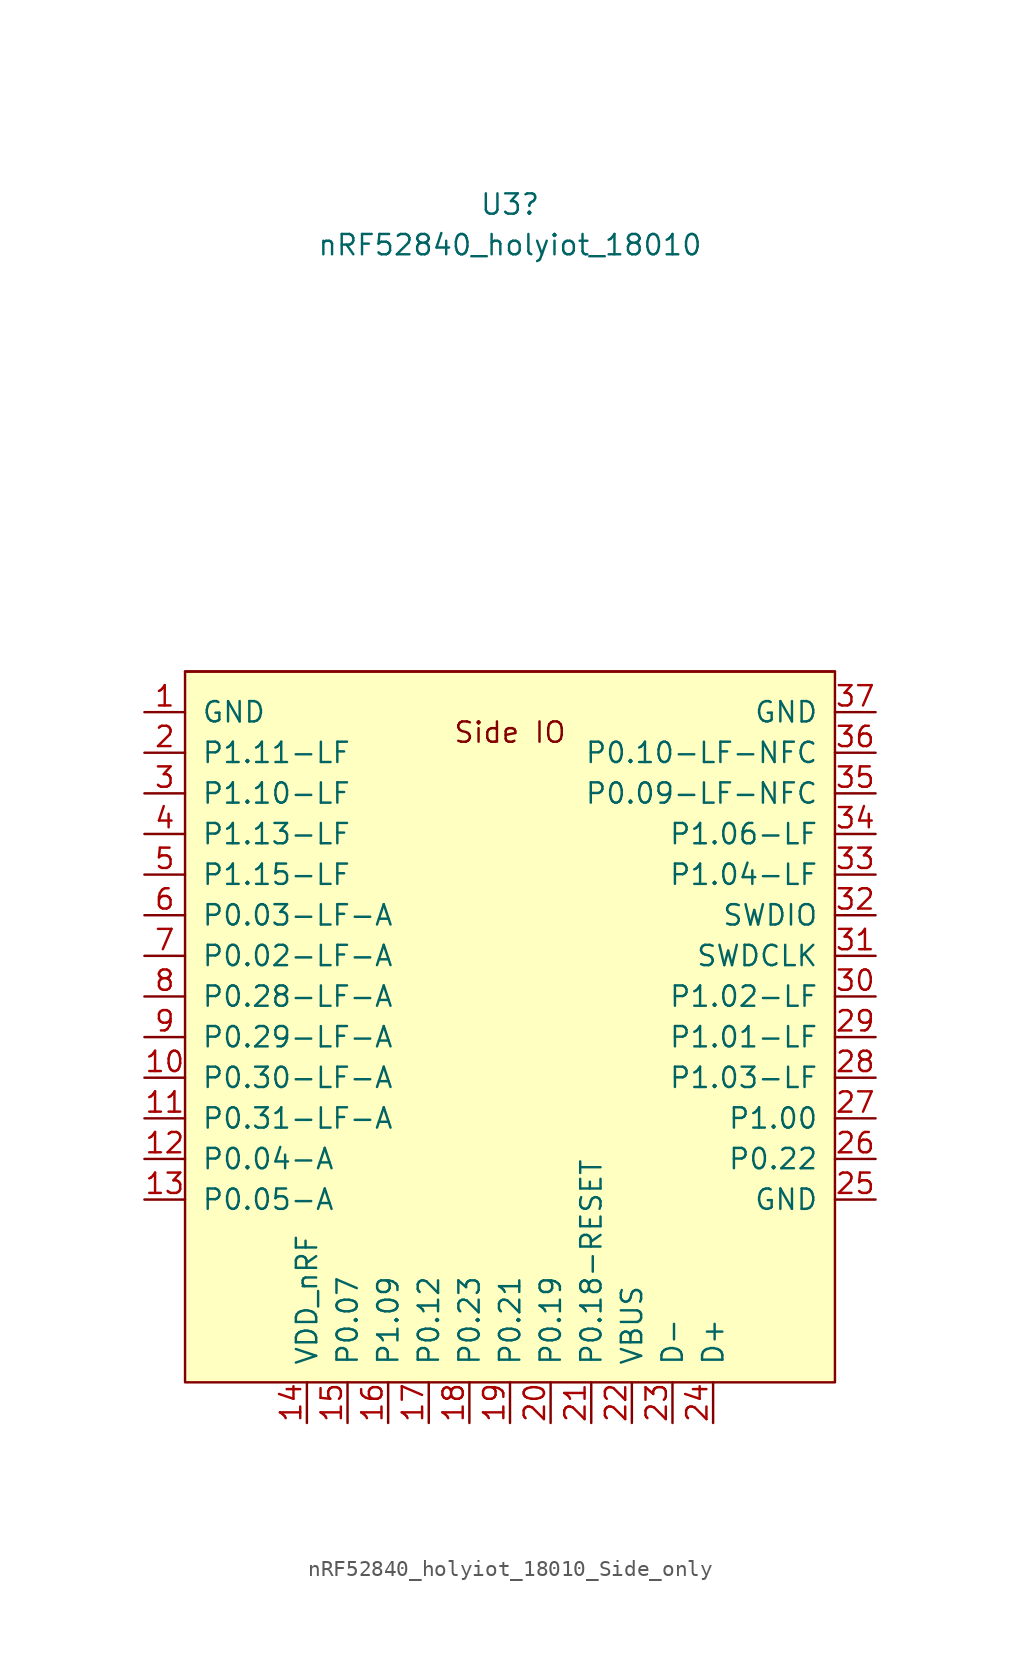
<source format=kicad_sym>
(kicad_symbol_lib
  (version 20220914)
  (generator kicad_symbol_editor)
  (symbol "nRF52840_holyiot_18010_Side_only"
    (pin_names
      (offset 1.016))
    (property "Reference" "U3"
      (at 0 29.21 0)
      (effects (font (size 1.27 1.27))))
    (property "Value" "nRF52840_holyiot_18010"
      (at 0 26.67 0)
      (effects (font (size 1.27 1.27))))
    (symbol "nRF52840_holyiot_18010_Side_only_0_0"
      (text "Side IO" (at 0 -3.81 0) (effects (font (size 1.27 1.27)))))
    (symbol "nRF52840_holyiot_18010_Side_only_0_1"
      (rectangle (start -20.32 0) (end 20.32 -44.45) (stroke (width 0.152) (type default)) (fill (type background)))
      (polyline (pts (xy 20.32 0) (xy -20.32 0)) (stroke (width 0) (type default)) (fill (type none))))
    (symbol "nRF52840_holyiot_18010_Side_only_1_1"
      (pin power_in line (at -22.86 -2.54 0) (length 2.54) (name "GND" (effects (font (size 1.27 1.27)))) (number "1" (effects (font (size 1.27 1.27)))))
      (pin bidirectional line (at -22.86 -25.4 0) (length 2.54) (name "P0.30-LF-A" (effects (font (size 1.27 1.27)))) (number "10" (effects (font (size 1.27 1.27)))))
      (pin bidirectional line (at -22.86 -27.94 0) (length 2.54) (name "P0.31-LF-A" (effects (font (size 1.27 1.27)))) (number "11" (effects (font (size 1.27 1.27)))))
      (pin bidirectional line (at -22.86 -30.48 0) (length 2.54) (name "P0.04-A" (effects (font (size 1.27 1.27)))) (number "12" (effects (font (size 1.27 1.27)))))
      (pin bidirectional line (at -22.86 -33.02 0) (length 2.54) (name "P0.05-A" (effects (font (size 1.27 1.27)))) (number "13" (effects (font (size 1.27 1.27)))))
      (pin power_in line (at -12.7 -46.99 90) (length 2.54) (name "VDD_nRF" (effects (font (size 1.27 1.27)))) (number "14" (effects (font (size 1.27 1.27)))))
      (pin bidirectional line (at -10.16 -46.99 90) (length 2.54) (name "P0.07" (effects (font (size 1.27 1.27)))) (number "15" (effects (font (size 1.27 1.27)))))
      (pin bidirectional line (at -7.62 -46.99 90) (length 2.54) (name "P1.09" (effects (font (size 1.27 1.27)))) (number "16" (effects (font (size 1.27 1.27)))))
      (pin bidirectional line (at -5.08 -46.99 90) (length 2.54) (name "P0.12" (effects (font (size 1.27 1.27)))) (number "17" (effects (font (size 1.27 1.27)))))
      (pin bidirectional line (at -2.54 -46.99 90) (length 2.54) (name "P0.23" (effects (font (size 1.27 1.27)))) (number "18" (effects (font (size 1.27 1.27)))))
      (pin bidirectional line (at 0 -46.99 90) (length 2.54) (name "P0.21" (effects (font (size 1.27 1.27)))) (number "19" (effects (font (size 1.27 1.27)))))
      (pin bidirectional line (at -22.86 -5.08 0) (length 2.54) (name "P1.11-LF" (effects (font (size 1.27 1.27)))) (number "2" (effects (font (size 1.27 1.27)))))
      (pin bidirectional line (at 2.54 -46.99 90) (length 2.54) (name "P0.19" (effects (font (size 1.27 1.27)))) (number "20" (effects (font (size 1.27 1.27)))))
      (pin input line (at 5.08 -46.99 90) (length 2.54) (name "P0.18-RESET" (effects (font (size 1.27 1.27)))) (number "21" (effects (font (size 1.27 1.27)))))
      (pin power_in line (at 7.62 -46.99 90) (length 2.54) (name "VBUS" (effects (font (size 1.27 1.27)))) (number "22" (effects (font (size 1.27 1.27)))))
      (pin bidirectional line (at 10.16 -46.99 90) (length 2.54) (name "D-" (effects (font (size 1.27 1.27)))) (number "23" (effects (font (size 1.27 1.27)))))
      (pin bidirectional line (at 12.7 -46.99 90) (length 2.54) (name "D+" (effects (font (size 1.27 1.27)))) (number "24" (effects (font (size 1.27 1.27)))))
      (pin power_in line (at 22.86 -33.02 180) (length 2.54) (name "GND" (effects (font (size 1.27 1.27)))) (number "25" (effects (font (size 1.27 1.27)))))
      (pin bidirectional line (at 22.86 -30.48 180) (length 2.54) (name "P0.22" (effects (font (size 1.27 1.27)))) (number "26" (effects (font (size 1.27 1.27)))))
      (pin bidirectional line (at 22.86 -27.94 180) (length 2.54) (name "P1.00" (effects (font (size 1.27 1.27)))) (number "27" (effects (font (size 1.27 1.27)))))
      (pin bidirectional line (at 22.86 -25.4 180) (length 2.54) (name "P1.03-LF" (effects (font (size 1.27 1.27)))) (number "28" (effects (font (size 1.27 1.27)))))
      (pin bidirectional line (at 22.86 -22.86 180) (length 2.54) (name "P1.01-LF" (effects (font (size 1.27 1.27)))) (number "29" (effects (font (size 1.27 1.27)))))
      (pin bidirectional line (at -22.86 -7.62 0) (length 2.54) (name "P1.10-LF" (effects (font (size 1.27 1.27)))) (number "3" (effects (font (size 1.27 1.27)))))
      (pin bidirectional line (at 22.86 -20.32 180) (length 2.54) (name "P1.02-LF" (effects (font (size 1.27 1.27)))) (number "30" (effects (font (size 1.27 1.27)))))
      (pin bidirectional line (at 22.86 -17.78 180) (length 2.54) (name "SWDCLK" (effects (font (size 1.27 1.27)))) (number "31" (effects (font (size 1.27 1.27)))))
      (pin bidirectional line (at 22.86 -15.24 180) (length 2.54) (name "SWDIO" (effects (font (size 1.27 1.27)))) (number "32" (effects (font (size 1.27 1.27)))))
      (pin bidirectional line (at 22.86 -12.7 180) (length 2.54) (name "P1.04-LF" (effects (font (size 1.27 1.27)))) (number "33" (effects (font (size 1.27 1.27)))))
      (pin bidirectional line (at 22.86 -10.16 180) (length 2.54) (name "P1.06-LF" (effects (font (size 1.27 1.27)))) (number "34" (effects (font (size 1.27 1.27)))))
      (pin bidirectional line (at 22.86 -7.62 180) (length 2.54) (name "P0.09-LF-NFC" (effects (font (size 1.27 1.27)))) (number "35" (effects (font (size 1.27 1.27)))))
      (pin bidirectional line (at 22.86 -5.08 180) (length 2.54) (name "P0.10-LF-NFC" (effects (font (size 1.27 1.27)))) (number "36" (effects (font (size 1.27 1.27)))))
      (pin power_in line (at 22.86 -2.54 180) (length 2.54) (name "GND" (effects (font (size 1.27 1.27)))) (number "37" (effects (font (size 1.27 1.27)))))
      (pin bidirectional line (at -22.86 -10.16 0) (length 2.54) (name "P1.13-LF" (effects (font (size 1.27 1.27)))) (number "4" (effects (font (size 1.27 1.27)))))
      (pin bidirectional line (at -22.86 -12.7 0) (length 2.54) (name "P1.15-LF" (effects (font (size 1.27 1.27)))) (number "5" (effects (font (size 1.27 1.27)))))
      (pin bidirectional line (at -22.86 -15.24 0) (length 2.54) (name "P0.03-LF-A" (effects (font (size 1.27 1.27)))) (number "6" (effects (font (size 1.27 1.27)))))
      (pin bidirectional line (at -22.86 -17.78 0) (length 2.54) (name "P0.02-LF-A" (effects (font (size 1.27 1.27)))) (number "7" (effects (font (size 1.27 1.27)))))
      (pin bidirectional line (at -22.86 -20.32 0) (length 2.54) (name "P0.28-LF-A" (effects (font (size 1.27 1.27)))) (number "8" (effects (font (size 1.27 1.27)))))
      (pin bidirectional line (at -22.86 -22.86 0) (length 2.54) (name "P0.29-LF-A" (effects (font (size 1.27 1.27)))) (number "9" (effects (font (size 1.27 1.27))))))))
</source>
